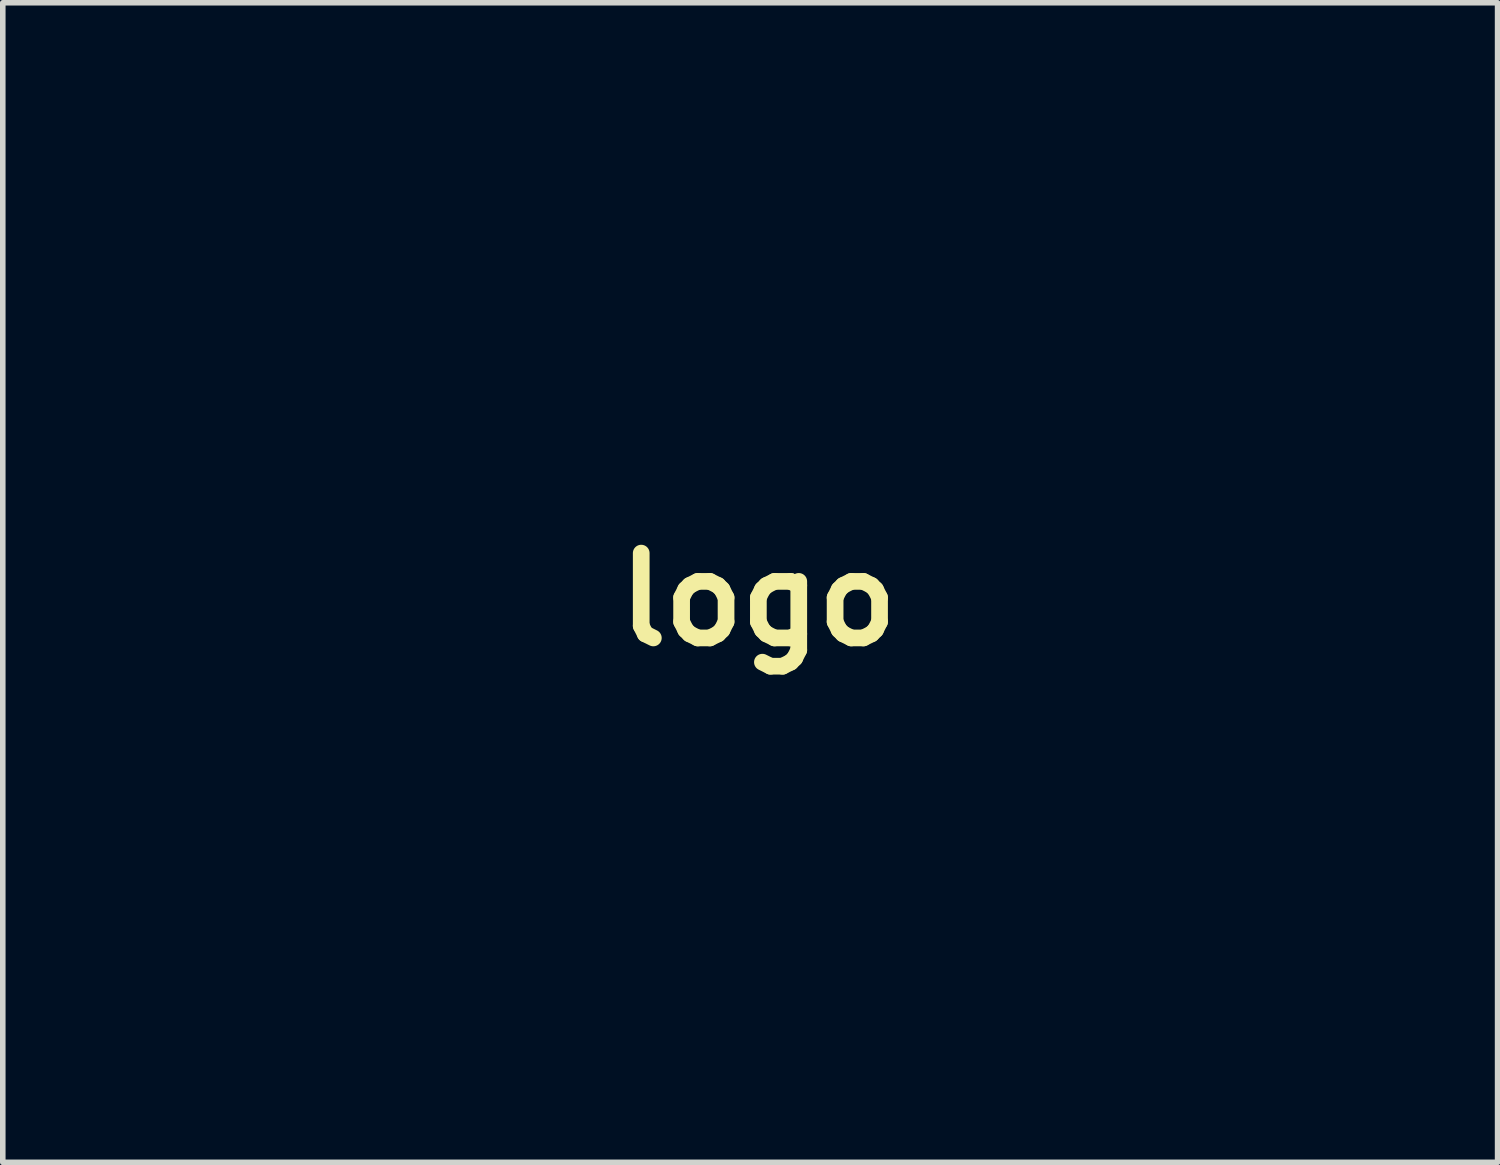
<source format=kicad_pcb>
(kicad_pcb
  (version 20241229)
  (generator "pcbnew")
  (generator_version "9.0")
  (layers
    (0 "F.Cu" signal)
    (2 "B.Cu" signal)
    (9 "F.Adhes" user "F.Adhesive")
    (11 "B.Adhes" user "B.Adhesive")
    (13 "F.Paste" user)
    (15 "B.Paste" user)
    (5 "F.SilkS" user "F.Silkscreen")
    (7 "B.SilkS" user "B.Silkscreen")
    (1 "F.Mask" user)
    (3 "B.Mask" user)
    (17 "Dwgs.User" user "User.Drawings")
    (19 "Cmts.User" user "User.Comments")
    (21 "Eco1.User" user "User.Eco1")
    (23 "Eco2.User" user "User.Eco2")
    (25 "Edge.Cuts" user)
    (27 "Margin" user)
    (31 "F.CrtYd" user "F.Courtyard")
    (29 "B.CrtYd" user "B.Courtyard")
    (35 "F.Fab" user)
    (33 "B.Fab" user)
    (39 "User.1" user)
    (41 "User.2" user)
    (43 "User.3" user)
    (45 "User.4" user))
  (footprint "logo"
    (layer "F.Cu")
    (at 10.575 7.722)
    (property "Reference" "logo" (at 0 0 0) (layer "F.SilkS") (effects (font (size 1.524 1.524) (thickness 0.3))))
    (attr through_hole)
    (fp_poly (pts (xy -2.56 -2.479) (xy -2.452 -2.446) (xy -2.393 -2.39) (xy -2.385 -2.303) (xy -2.43 -2.175) (xy -2.527 -1.999) (xy -2.634 -1.831) (xy -2.762 -1.635) (xy -2.892 -1.435) (xy -3.004 -1.259) (xy -3.063 -1.164) (xy -3.153 -1.021) (xy -3.271 -0.834) (xy -3.4 -0.631) (xy -3.493 -0.487) (xy -3.599 -0.317) (xy -3.687 -0.17) (xy -3.746 -0.062) (xy -3.767 -0.009) (xy -3.758 0.03) (xy -3.716 0.058) (xy -3.622 0.086) (xy -3.543 0.104) (xy -3.452 0.144) (xy -3.437 0.201) (xy -3.493 0.271) (xy -3.628 0.316) (xy -3.837 0.334) (xy -4.012 0.339) (xy -4.406 0.942) (xy -4.735 1.446) (xy -5.021 1.882) (xy -5.264 2.25) (xy -5.465 2.554) (xy -5.627 2.796) (xy -5.75 2.978) (xy -5.837 3.101) (xy -5.889 3.17) (xy -5.903 3.185) (xy -5.982 3.214) (xy -6.033 3.165) (xy -6.041 3.146) (xy -6.035 3.073) (xy -5.989 2.944) (xy -5.912 2.774) (xy -5.81 2.579) (xy -5.691 2.374) (xy -5.581 2.2) (xy -5.5 2.076) (xy -5.442 1.981) (xy -5.419 1.935) (xy -5.419 1.934) (xy -5.396 1.892) (xy -5.334 1.795) (xy -5.242 1.657) (xy -5.128 1.491) (xy -5.117 1.474) (xy -4.977 1.266) (xy -4.834 1.045) (xy -4.708 0.839) (xy -4.633 0.709) (xy -4.547 0.552) (xy -4.499 0.452) (xy -4.484 0.394) (xy -4.498 0.36) (xy -4.534 0.336) (xy -4.61 0.32) (xy -4.765 0.309) (xy -4.995 0.303) (xy -5.296 0.302) (xy -5.541 0.305) (xy -6.464 0.318) (xy -6.669 0.485) (xy -6.775 0.577) (xy -6.925 0.712) (xy -7.1 0.872) (xy -7.281 1.043) (xy -7.329 1.089) (xy -7.527 1.273) (xy -7.676 1.402) (xy -7.785 1.482) (xy -7.863 1.519) (xy -7.896 1.524) (xy -8.065 1.489) (xy -8.189 1.39) (xy -8.215 1.35) (xy -8.229 1.308) (xy -8.218 1.261) (xy -8.175 1.196) (xy -8.091 1.103) (xy -7.957 0.97) (xy -7.867 0.883) (xy -7.715 0.732) (xy -7.602 0.609) (xy -7.534 0.523) (xy -7.521 0.483) (xy -7.523 0.482) (xy -7.623 0.422) (xy -7.717 0.34) (xy -7.779 0.261) (xy -7.789 0.228) (xy -7.748 0.162) (xy -7.626 0.101) (xy -7.427 0.047) (xy -7.157 0.001) (xy -7.153 0.000494) (xy -7.023 -0.018) (xy -6.916 -0.039) (xy -6.819 -0.07) (xy -6.714 -0.117) (xy -6.702 -0.124) (xy -5.842 -0.124) (xy -5.803 -0.108) (xy -5.697 -0.09) (xy -5.543 -0.074) (xy -5.429 -0.065) (xy -5.245 -0.052) (xy -5.089 -0.039) (xy -4.983 -0.028) (xy -4.953 -0.024) (xy -4.882 -0.016) (xy -4.752 -0.01) (xy -4.589 -0.005) (xy -4.559 -0.005) (xy -4.391 -0.004) (xy -4.283 -0.013) (xy -4.211 -0.038) (xy -4.151 -0.086) (xy -4.109 -0.131) (xy -4.038 -0.224) (xy -3.945 -0.371) (xy -3.842 -0.547) (xy -3.775 -0.671) (xy -3.66 -0.888) (xy -3.532 -1.122) (xy -3.414 -1.336) (xy -3.368 -1.417) (xy -3.283 -1.568) (xy -3.217 -1.692) (xy -3.18 -1.769) (xy -3.175 -1.784) (xy -3.209 -1.784) (xy -3.301 -1.744) (xy -3.439 -1.673) (xy -3.611 -1.576) (xy -3.803 -1.461) (xy -3.831 -1.443) (xy -4.008 -1.335) (xy -4.209 -1.214) (xy -4.36 -1.124) (xy -4.508 -1.035) (xy -4.688 -0.921) (xy -4.888 -0.792) (xy -5.096 -0.654) (xy -5.3 -0.517) (xy -5.488 -0.389) (xy -5.648 -0.277) (xy -5.766 -0.19) (xy -5.833 -0.136) (xy -5.842 -0.124) (xy -6.702 -0.124) (xy -6.588 -0.189) (xy -6.424 -0.291) (xy -6.208 -0.431) (xy -6.16 -0.462) (xy -5.808 -0.688) (xy -5.439 -0.916) (xy -5.066 -1.142) (xy -4.698 -1.358) (xy -4.345 -1.56) (xy -4.02 -1.739) (xy -3.731 -1.892) (xy -3.491 -2.011) (xy -3.309 -2.09) (xy -3.29 -2.097) (xy -3.14 -2.17) (xy -2.979 -2.275) (xy -2.898 -2.339) (xy -2.783 -2.434) (xy -2.699 -2.479) (xy -2.619 -2.488) (xy -2.56 -2.479)) (stroke (width 0.01) (type solid)) (fill yes) (layer "F.Mask"))
    (fp_poly (pts (xy 8.137 0.42) (xy 8.161 0.428) (xy 8.296 0.501) (xy 8.404 0.599) (xy 8.462 0.699) (xy 8.467 0.728) (xy 8.442 0.848) (xy 8.367 0.998) (xy 8.236 1.183) (xy 8.047 1.409) (xy 7.797 1.679) (xy 7.67 1.809) (xy 7.426 2.059) (xy 7.195 2.299) (xy 6.985 2.522) (xy 6.801 2.719) (xy 6.652 2.884) (xy 6.545 3.008) (xy 6.486 3.083) (xy 6.477 3.102) (xy 6.486 3.111) (xy 6.519 3.108) (xy 6.586 3.09) (xy 6.696 3.054) (xy 6.858 2.996) (xy 7.081 2.914) (xy 7.345 2.815) (xy 7.691 2.687) (xy 8.057 2.554) (xy 8.417 2.425) (xy 8.748 2.309) (xy 9.025 2.214) (xy 9.038 2.21) (xy 9.161 2.17) (xy 9.339 2.116) (xy 9.543 2.055) (xy 9.747 1.996) (xy 9.924 1.946) (xy 9.932 1.943) (xy 10.073 1.923) (xy 10.184 1.937) (xy 10.256 1.976) (xy 10.276 2.03) (xy 10.234 2.088) (xy 10.135 2.135) (xy 10.04 2.168) (xy 9.892 2.222) (xy 9.718 2.286) (xy 9.652 2.311) (xy 9.45 2.382) (xy 9.238 2.445) (xy 9.056 2.49) (xy 9.024 2.496) (xy 8.773 2.556) (xy 8.47 2.651) (xy 8.135 2.773) (xy 7.789 2.915) (xy 7.452 3.069) (xy 7.368 3.11) (xy 6.892 3.349) (xy 6.924 3.506) (xy 6.935 3.606) (xy 6.943 3.769) (xy 6.947 3.975) (xy 6.947 4.204) (xy 6.946 4.255) (xy 6.949 4.638) (xy 6.976 4.991) (xy 7.03 5.33) (xy 7.116 5.677) (xy 7.237 6.047) (xy 7.399 6.462) (xy 7.489 6.676) (xy 7.551 6.829) (xy 7.598 6.958) (xy 7.619 7.039) (xy 7.62 7.046) (xy 7.596 7.106) (xy 7.533 7.106) (xy 7.447 7.053) (xy 7.352 6.954) (xy 7.336 6.932) (xy 7.167 6.658) (xy 7.001 6.321) (xy 6.846 5.941) (xy 6.711 5.54) (xy 6.604 5.139) (xy 6.584 5.045) (xy 6.553 4.846) (xy 6.532 4.59) (xy 6.52 4.307) (xy 6.519 4.191) (xy 6.516 3.978) (xy 6.508 3.802) (xy 6.495 3.678) (xy 6.48 3.621) (xy 6.478 3.62) (xy 6.437 3.615) (xy 6.367 3.637) (xy 6.258 3.691) (xy 6.103 3.781) (xy 5.894 3.912) (xy 5.687 4.045) (xy 5.512 4.164) (xy 5.343 4.288) (xy 5.172 4.428) (xy 4.987 4.591) (xy 4.781 4.787) (xy 4.544 5.022) (xy 4.267 5.307) (xy 4.048 5.535) (xy 3.879 5.705) (xy 3.749 5.821) (xy 3.662 5.881) (xy 3.622 5.882) (xy 3.631 5.823) (xy 3.657 5.768) (xy 3.704 5.691) (xy 3.792 5.563) (xy 3.907 5.402) (xy 4.038 5.223) (xy 4.06 5.194) (xy 4.208 4.992) (xy 4.308 4.842) (xy 4.369 4.73) (xy 4.398 4.644) (xy 4.403 4.592) (xy 4.408 4.528) (xy 4.432 4.468) (xy 4.485 4.4) (xy 4.578 4.311) (xy 4.722 4.19) (xy 4.815 4.114) (xy 4.985 3.967) (xy 5.2 3.768) (xy 5.449 3.527) (xy 5.72 3.257) (xy 6.003 2.968) (xy 6.287 2.672) (xy 6.561 2.379) (xy 6.814 2.101) (xy 7.035 1.85) (xy 7.079 1.799) (xy 7.312 1.516) (xy 7.484 1.289) (xy 7.597 1.115) (xy 7.653 0.992) (xy 7.652 0.918) (xy 7.595 0.889) (xy 7.583 0.889) (xy 7.495 0.906) (xy 7.347 0.951) (xy 7.158 1.019) (xy 6.945 1.102) (xy 6.725 1.193) (xy 6.517 1.285) (xy 6.337 1.371) (xy 6.265 1.409) (xy 5.651 1.765) (xy 5.081 2.136) (xy 4.539 2.529) (xy 4.386 2.639) (xy 4.274 2.693) (xy 4.183 2.697) (xy 4.093 2.654) (xy 4.049 2.622) (xy 3.968 2.544) (xy 3.942 2.47) (xy 3.976 2.392) (xy 4.074 2.298) (xy 4.243 2.179) (xy 4.286 2.151) (xy 4.476 2.028) (xy 4.676 1.896) (xy 4.85 1.78) (xy 4.895 1.75) (xy 5.186 1.564) (xy 5.509 1.379) (xy 5.853 1.198) (xy 6.207 1.027) (xy 6.562 0.868) (xy 6.908 0.727) (xy 7.234 0.606) (xy 7.53 0.512) (xy 7.786 0.446) (xy 7.992 0.414) (xy 8.137 0.42)) (stroke (width 0.01) (type solid)) (fill yes) (layer "F.Mask"))
    (fp_poly (pts (xy -0.357 -1.549) (xy -0.328 -1.544) (xy -0.224 -1.518) (xy -0.16 -1.496) (xy -0.159 -1.495) (xy -0.127 -1.445) (xy -0.153 -1.359) (xy -0.239 -1.234) (xy -0.389 -1.062) (xy -0.413 -1.037) (xy -0.55 -0.889) (xy -0.723 -0.7) (xy -0.91 -0.492) (xy -1.092 -0.288) (xy -1.122 -0.255) (xy -1.382 0.04) (xy -1.6 0.284) (xy -1.787 0.492) (xy -1.955 0.677) (xy -2.118 0.853) (xy -2.288 1.033) (xy -2.369 1.119) (xy -2.501 1.264) (xy -2.604 1.385) (xy -2.668 1.472) (xy -2.682 1.512) (xy -2.681 1.512) (xy -2.643 1.51) (xy -2.57 1.484) (xy -2.454 1.433) (xy -2.288 1.353) (xy -2.065 1.241) (xy -1.777 1.093) (xy -1.639 1.021) (xy -1.445 0.922) (xy -1.301 0.859) (xy -1.185 0.823) (xy -1.074 0.807) (xy -0.971 0.804) (xy -0.792 0.815) (xy -0.654 0.854) (xy -0.547 0.912) (xy -0.461 0.973) (xy -0.414 1.032) (xy -0.408 1.102) (xy -0.447 1.195) (xy -0.535 1.325) (xy -0.674 1.504) (xy -0.706 1.545) (xy -0.977 1.884) (xy -0.829 1.897) (xy -0.713 1.891) (xy -0.552 1.864) (xy -0.389 1.823) (xy -0.232 1.779) (xy -0.098 1.748) (xy -0.016 1.736) (xy -0.014 1.736) (xy 0.063 1.707) (xy 0.163 1.633) (xy 0.212 1.587) (xy 0.31 1.5) (xy 0.397 1.447) (xy 0.426 1.439) (xy 0.522 1.475) (xy 0.575 1.562) (xy 0.573 1.646) (xy 0.563 1.699) (xy 0.595 1.71) (xy 0.686 1.686) (xy 0.835 1.669) (xy 0.97 1.7) (xy 1.064 1.771) (xy 1.089 1.821) (xy 1.113 1.879) (xy 1.157 1.898) (xy 1.235 1.876) (xy 1.364 1.81) (xy 1.413 1.783) (xy 1.612 1.685) (xy 1.804 1.617) (xy 1.97 1.583) (xy 2.093 1.587) (xy 2.135 1.607) (xy 2.191 1.687) (xy 2.201 1.737) (xy 2.174 1.79) (xy 2.098 1.895) (xy 1.983 2.041) (xy 1.836 2.216) (xy 1.667 2.41) (xy 1.647 2.433) (xy 1.478 2.624) (xy 1.332 2.794) (xy 1.217 2.932) (xy 1.141 3.028) (xy 1.113 3.074) (xy 1.114 3.075) (xy 1.159 3.068) (xy 1.266 3.032) (xy 1.421 2.974) (xy 1.609 2.898) (xy 1.657 2.878) (xy 1.865 2.793) (xy 2.058 2.72) (xy 2.216 2.665) (xy 2.319 2.636) (xy 2.327 2.634) (xy 2.475 2.61) (xy 2.408 2.713) (xy 2.352 2.762) (xy 2.233 2.838) (xy 2.069 2.935) (xy 1.873 3.045) (xy 1.661 3.158) (xy 1.447 3.268) (xy 1.248 3.367) (xy 1.077 3.446) (xy 0.951 3.497) (xy 0.887 3.514) (xy 0.805 3.484) (xy 0.751 3.44) (xy 0.688 3.338) (xy 0.67 3.208) (xy 0.672 3.159) (xy 0.702 3.098) (xy 0.78 2.993) (xy 0.893 2.859) (xy 1.007 2.736) (xy 1.179 2.553) (xy 1.337 2.376) (xy 1.474 2.218) (xy 1.577 2.089) (xy 1.639 2.001) (xy 1.651 1.971) (xy 1.617 1.972) (xy 1.525 2.011) (xy 1.388 2.079) (xy 1.218 2.172) (xy 1.031 2.28) (xy 0.838 2.396) (xy 0.733 2.463) (xy 0.556 2.575) (xy 0.433 2.645) (xy 0.351 2.678) (xy 0.293 2.682) (xy 0.256 2.668) (xy 0.185 2.588) (xy 0.175 2.468) (xy 0.227 2.328) (xy 0.257 2.282) (xy 0.305 2.195) (xy 0.297 2.158) (xy 0.245 2.172) (xy 0.16 2.235) (xy 0.103 2.29) (xy -0.008 2.397) (xy -0.121 2.492) (xy -0.138 2.504) (xy -0.261 2.565) (xy -0.354 2.558) (xy -0.41 2.501) (xy -0.423 2.406) (xy -0.386 2.289) (xy -0.294 2.164) (xy -0.286 2.156) (xy -0.211 2.077) (xy -0.202 2.047) (xy -0.233 2.054) (xy -0.517 2.151) (xy -0.761 2.211) (xy -0.954 2.232) (xy -1.034 2.226) (xy -1.164 2.181) (xy -1.279 2.106) (xy -1.359 2.02) (xy -1.384 1.939) (xy -1.38 1.924) (xy -1.34 1.826) (xy -1.329 1.8) (xy -1.335 1.774) (xy -1.393 1.781) (xy -1.513 1.824) (xy -1.561 1.843) (xy -1.809 1.922) (xy -2.025 1.946) (xy -2.197 1.917) (xy -2.292 1.856) (xy -2.368 1.797) (xy -2.433 1.799) (xy -2.463 1.815) (xy -2.554 1.852) (xy -2.685 1.883) (xy -2.724 1.889) (xy -2.844 1.899) (xy -2.923 1.875) (xy -3 1.802) (xy -3.025 1.772) (xy -3.096 1.695) (xy -3.163 1.652) (xy -3.253 1.634) (xy -3.396 1.63) (xy -3.422 1.63) (xy -3.575 1.627) (xy -3.666 1.613) (xy -3.72 1.58) (xy -3.727 1.57) (xy -1.862 1.57) (xy -1.808 1.562) (xy -1.684 1.514) (xy -1.488 1.428) (xy -1.292 1.336) (xy -1.056 1.22) (xy -0.898 1.131) (xy -0.818 1.068) (xy -0.815 1.03) (xy -0.887 1.017) (xy -0.9 1.017) (xy -1.036 1.045) (xy -1.22 1.123) (xy -1.434 1.243) (xy -1.611 1.36) (xy -1.762 1.469) (xy -1.846 1.539) (xy -1.862 1.57) (xy -3.727 1.57) (xy -3.762 1.52) (xy -3.762 1.519) (xy -3.796 1.414) (xy -3.784 1.339) (xy -3.417 1.339) (xy -3.386 1.351) (xy -3.317 1.336) (xy -3.212 1.297) (xy -3.073 1.231) (xy -2.985 1.182) (xy -2.787 1.044) (xy -2.662 0.895) (xy -2.601 0.746) (xy -2.594 0.658) (xy -2.627 0.635) (xy -2.697 0.663) (xy -2.81 0.737) (xy -2.947 0.842) (xy -3.091 0.964) (xy -3.226 1.089) (xy -3.333 1.201) (xy -3.394 1.284) (xy -3.417 1.339) (xy -3.784 1.339) (xy -3.778 1.297) (xy -3.703 1.156) (xy -3.567 0.981) (xy -3.456 0.858) (xy -3.216 0.625) (xy -2.999 0.469) (xy -2.799 0.386) (xy -2.61 0.374) (xy -2.423 0.431) (xy -2.395 0.445) (xy -2.202 0.548) (xy -1.471 -0.282) (xy -1.201 -0.59) (xy -0.982 -0.842) (xy -0.809 -1.043) (xy -0.678 -1.199) (xy -0.584 -1.317) (xy -0.521 -1.403) (xy -0.484 -1.464) (xy -0.468 -1.505) (xy -0.467 -1.517) (xy -0.441 -1.552) (xy -0.357 -1.549)) (stroke (width 0.01) (type solid)) (fill yes) (layer "F.Mask"))
    (fp_poly (pts (xy -10.355 -7.69) (xy -10.14 -7.633) (xy -9.847 -7.545) (xy -9.709 -7.501) (xy -9.462 -7.422) (xy -9.153 -7.324) (xy -8.799 -7.211) (xy -8.42 -7.09) (xy -8.033 -6.967) (xy -7.656 -6.847) (xy -7.556 -6.816) (xy -7.197 -6.701) (xy -6.832 -6.585) (xy -6.477 -6.472) (xy -6.148 -6.367) (xy -5.861 -6.275) (xy -5.633 -6.202) (xy -5.567 -6.18) (xy -5.432 -6.137) (xy -5.225 -6.071) (xy -4.953 -5.984) (xy -4.625 -5.879) (xy -4.25 -5.76) (xy -3.835 -5.628) (xy -3.389 -5.486) (xy -2.92 -5.337) (xy -2.437 -5.183) (xy -1.947 -5.027) (xy -1.458 -4.872) (xy -0.98 -4.72) (xy -0.52 -4.573) (xy -0.086 -4.436) (xy 0.313 -4.309) (xy 0.669 -4.196) (xy 0.973 -4.1) (xy 1.058 -4.073) (xy 1.275 -4) (xy 1.446 -3.935) (xy 1.557 -3.882) (xy 1.598 -3.847) (xy 1.572 -3.791) (xy 1.494 -3.713) (xy 1.432 -3.664) (xy 1.34 -3.592) (xy 1.293 -3.542) (xy 1.294 -3.527) (xy 1.347 -3.511) (xy 1.465 -3.473) (xy 1.632 -3.421) (xy 1.835 -3.357) (xy 1.925 -3.329) (xy 2.135 -3.26) (xy 2.314 -3.196) (xy 2.448 -3.143) (xy 2.521 -3.107) (xy 2.531 -3.098) (xy 2.508 -3.049) (xy 2.433 -2.975) (xy 2.371 -2.926) (xy 2.271 -2.848) (xy 2.208 -2.786) (xy 2.196 -2.766) (xy 2.234 -2.742) (xy 2.339 -2.698) (xy 2.496 -2.641) (xy 2.693 -2.574) (xy 2.801 -2.539) (xy 3.07 -2.45) (xy 3.259 -2.379) (xy 3.37 -2.325) (xy 3.408 -2.286) (xy 3.408 -2.285) (xy 3.407 -2.256) (xy 3.401 -2.233) (xy 3.384 -2.218) (xy 3.351 -2.211) (xy 3.295 -2.214) (xy 3.211 -2.229) (xy 3.093 -2.258) (xy 2.936 -2.301) (xy 2.734 -2.361) (xy 2.482 -2.438) (xy 2.173 -2.535) (xy 1.802 -2.653) (xy 1.363 -2.793) (xy 0.851 -2.957) (xy 0.699 -3.006) (xy 0.117 -3.192) (xy 0.82 -3.192) (xy 0.821 -3.187) (xy 0.867 -3.166) (xy 0.976 -3.126) (xy 1.127 -3.073) (xy 1.302 -3.014) (xy 1.481 -2.955) (xy 1.645 -2.902) (xy 1.776 -2.863) (xy 1.853 -2.842) (xy 1.863 -2.841) (xy 1.935 -2.863) (xy 2.033 -2.924) (xy 2.053 -2.939) (xy 2.13 -3.01) (xy 2.14 -3.049) (xy 2.117 -3.064) (xy 2.053 -3.084) (xy 1.927 -3.125) (xy 1.757 -3.179) (xy 1.56 -3.241) (xy 1.068 -3.396) (xy 0.937 -3.299) (xy 0.857 -3.234) (xy 0.82 -3.192) (xy 0.117 -3.192) (xy -0.125 -3.269) (xy -1.01 -3.552) (xy -1.963 -3.855) (xy -2.987 -4.181) (xy -4.085 -4.529) (xy -4.287 -4.593) (xy -4.554 -4.678) (xy -4.869 -4.778) (xy -5.216 -4.889) (xy -5.579 -5.004) (xy -5.942 -5.12) (xy -6.075 -5.163) (xy -6.579 -5.324) (xy -7.009 -5.461) (xy -7.37 -5.576) (xy -7.668 -5.67) (xy -7.911 -5.746) (xy -8.102 -5.806) (xy -8.25 -5.85) (xy -8.359 -5.882) (xy -8.435 -5.903) (xy -8.485 -5.914) (xy -8.516 -5.918) (xy -8.532 -5.916) (xy -8.538 -5.912) (xy -8.542 -5.866) (xy -8.544 -5.743) (xy -8.544 -5.552) (xy -8.542 -5.303) (xy -8.538 -5.001) (xy -8.532 -4.658) (xy -8.524 -4.28) (xy -8.515 -3.885) (xy -8.487 -2.699) (xy -8.46 -1.579) (xy -8.436 -0.525) (xy -8.414 0.461) (xy -8.395 1.378) (xy -8.378 2.224) (xy -8.363 2.999) (xy -8.351 3.701) (xy -8.341 4.328) (xy -8.333 4.881) (xy -8.328 5.356) (xy -8.325 5.753) (xy -8.325 6.071) (xy -8.327 6.309) (xy -8.332 6.465) (xy -8.339 6.537) (xy -8.341 6.542) (xy -8.414 6.6) (xy -8.477 6.579) (xy -8.481 6.576) (xy -8.491 6.526) (xy -8.499 6.406) (xy -8.505 6.233) (xy -8.508 6.021) (xy -8.509 5.898) (xy -8.51 5.675) (xy -8.514 5.485) (xy -8.52 5.342) (xy -8.527 5.262) (xy -8.532 5.249) (xy -8.573 5.273) (xy -8.666 5.338) (xy -8.797 5.434) (xy -8.92 5.525) (xy -9.073 5.637) (xy -9.204 5.723) (xy -9.296 5.776) (xy -9.332 5.787) (xy -9.351 5.739) (xy -9.369 5.613) (xy -9.384 5.417) (xy -9.396 5.158) (xy -9.398 5.11) (xy -9.419 4.449) (xy -9.815 4.748) (xy -10.012 4.89) (xy -10.149 4.977) (xy -10.231 5.008) (xy -10.254 5.003) (xy -10.265 4.951) (xy -10.276 4.817) (xy -10.287 4.605) (xy -10.299 4.316) (xy -10.312 3.954) (xy -10.325 3.521) (xy -10.337 3.021) (xy -10.35 2.456) (xy -10.354 2.3) (xy -10.374 1.327) (xy -10.393 0.433) (xy -10.411 -0.387) (xy -10.427 -1.138) (xy -10.442 -1.826) (xy -10.457 -2.457) (xy -10.47 -3.035) (xy -10.482 -3.565) (xy -10.494 -4.055) (xy -10.505 -4.508) (xy -10.516 -4.93) (xy -10.526 -5.326) (xy -10.536 -5.702) (xy -10.546 -6.047) (xy -10.558 -6.535) (xy -10.566 -6.938) (xy -10.57 -7.257) (xy -10.569 -7.318) (xy -10.364 -7.318) (xy -10.361 -7.161) (xy -10.352 -6.933) (xy -10.352 -6.916) (xy -10.347 -6.778) (xy -10.341 -6.564) (xy -10.333 -6.281) (xy -10.325 -5.937) (xy -10.316 -5.542) (xy -10.306 -5.102) (xy -10.296 -4.626) (xy -10.285 -4.123) (xy -10.274 -3.599) (xy -10.264 -3.069) (xy -10.253 -2.501) (xy -10.241 -1.921) (xy -10.229 -1.34) (xy -10.217 -0.768) (xy -10.205 -0.217) (xy -10.193 0.301) (xy -10.183 0.775) (xy -10.173 1.195) (xy -10.164 1.548) (xy -10.159 1.736) (xy -10.149 2.126) (xy -10.14 2.52) (xy -10.132 2.904) (xy -10.126 3.261) (xy -10.121 3.575) (xy -10.118 3.831) (xy -10.118 3.962) (xy -10.116 4.194) (xy -10.112 4.395) (xy -10.105 4.551) (xy -10.097 4.646) (xy -10.091 4.669) (xy -10.049 4.656) (xy -9.956 4.6) (xy -9.827 4.512) (xy -9.732 4.442) (xy -9.518 4.278) (xy -9.186 4.278) (xy -9.186 5.464) (xy -9.047 5.367) (xy -8.932 5.285) (xy -8.79 5.181) (xy -8.711 5.122) (xy -8.514 4.974) (xy -8.538 4.403) (xy -8.548 4.193) (xy -8.556 4.017) (xy -8.563 3.889) (xy -8.568 3.827) (xy -8.569 3.823) (xy -8.602 3.843) (xy -8.688 3.904) (xy -8.81 3.994) (xy -8.88 4.047) (xy -9.186 4.278) (xy -9.518 4.278) (xy -9.399 4.188) (xy -9.421 3.756) (xy -9.425 3.651) (xy -9.431 3.469) (xy -9.438 3.215) (xy -9.446 2.897) (xy -9.455 2.52) (xy -9.464 2.091) (xy -9.475 1.617) (xy -9.486 1.104) (xy -9.498 0.559) (xy -9.51 -0.012) (xy -9.522 -0.601) (xy -9.526 -0.804) (xy -9.538 -1.415) (xy -9.55 -2.02) (xy -9.562 -2.612) (xy -9.574 -3.183) (xy -9.586 -3.725) (xy -9.596 -4.23) (xy -9.606 -4.691) (xy -9.615 -5.1) (xy -9.623 -5.448) (xy -9.63 -5.729) (xy -9.635 -5.934) (xy -9.636 -5.958) (xy -9.644 -6.29) (xy -9.648 -6.544) (xy -9.432 -6.544) (xy -9.431 -6.342) (xy -9.428 -6.07) (xy -9.424 -5.731) (xy -9.417 -5.33) (xy -9.409 -4.873) (xy -9.399 -4.363) (xy -9.387 -3.806) (xy -9.374 -3.205) (xy -9.36 -2.565) (xy -9.344 -1.892) (xy -9.327 -1.189) (xy -9.313 -0.635) (xy -9.302 -0.182) (xy -9.291 0.325) (xy -9.279 0.862) (xy -9.267 1.401) (xy -9.256 1.916) (xy -9.247 2.381) (xy -9.245 2.505) (xy -9.216 4.058) (xy -8.883 3.805) (xy -8.716 3.672) (xy -8.612 3.572) (xy -8.561 3.497) (xy -8.551 3.453) (xy -8.552 3.39) (xy -8.555 3.252) (xy -8.56 3.049) (xy -8.566 2.79) (xy -8.573 2.485) (xy -8.582 2.144) (xy -8.591 1.776) (xy -8.594 1.666) (xy -8.6 1.402) (xy -8.608 1.081) (xy -8.617 0.709) (xy -8.626 0.295) (xy -8.636 -0.155) (xy -8.647 -0.632) (xy -8.658 -1.13) (xy -8.67 -1.641) (xy -8.681 -2.157) (xy -8.692 -2.672) (xy -8.703 -3.177) (xy -8.714 -3.665) (xy -8.724 -4.129) (xy -8.733 -4.561) (xy -8.741 -4.954) (xy -8.749 -5.301) (xy -8.754 -5.593) (xy -8.759 -5.824) (xy -8.762 -5.986) (xy -8.763 -6.072) (xy -8.763 -6.077) (xy -8.739 -6.162) (xy -8.695 -6.181) (xy -8.643 -6.168) (xy -8.518 -6.132) (xy -8.328 -6.075) (xy -8.082 -6) (xy -7.788 -5.909) (xy -7.452 -5.805) (xy -7.084 -5.689) (xy -6.691 -5.566) (xy -6.281 -5.436) (xy -5.863 -5.303) (xy -5.444 -5.17) (xy -5.032 -5.037) (xy -4.635 -4.91) (xy -4.445 -4.848) (xy -4.256 -4.787) (xy -4.003 -4.706) (xy -3.701 -4.609) (xy -3.366 -4.503) (xy -3.016 -4.391) (xy -2.665 -4.28) (xy -2.582 -4.254) (xy -2.209 -4.135) (xy -1.81 -4.008) (xy -1.406 -3.88) (xy -1.019 -3.757) (xy -0.67 -3.645) (xy -0.38 -3.552) (xy -0.373 -3.549) (xy 0.546 -3.254) (xy 0.676 -3.35) (xy 0.751 -3.418) (xy 0.777 -3.468) (xy 0.773 -3.476) (xy 0.727 -3.494) (xy 0.609 -3.536) (xy 0.426 -3.597) (xy 0.189 -3.676) (xy -0.096 -3.768) (xy -0.42 -3.873) (xy -0.774 -3.986) (xy -1.016 -4.063) (xy -1.433 -4.195) (xy -1.864 -4.332) (xy -2.295 -4.469) (xy -2.71 -4.601) (xy -3.094 -4.723) (xy -3.431 -4.831) (xy -3.705 -4.918) (xy -3.747 -4.932) (xy -4.037 -5.025) (xy -4.388 -5.137) (xy -4.781 -5.262) (xy -5.196 -5.394) (xy -5.612 -5.526) (xy -6.01 -5.653) (xy -6.138 -5.694) (xy -6.523 -5.816) (xy -6.929 -5.945) (xy -7.337 -6.075) (xy -7.729 -6.2) (xy -8.085 -6.314) (xy -8.387 -6.411) (xy -8.481 -6.441) (xy -8.745 -6.525) (xy -8.982 -6.597) (xy -9.18 -6.656) (xy -9.327 -6.696) (xy -9.411 -6.716) (xy -9.427 -6.716) (xy -9.431 -6.67) (xy -9.432 -6.544) (xy -9.648 -6.544) (xy -9.648 -6.545) (xy -9.648 -6.733) (xy -9.644 -6.862) (xy -9.635 -6.941) (xy -9.621 -6.979) (xy -9.609 -6.985) (xy -9.599 -6.985) (xy -9.584 -6.983) (xy -9.561 -6.978) (xy -9.525 -6.968) (xy -9.471 -6.953) (xy -9.397 -6.931) (xy -9.296 -6.9) (xy -9.166 -6.86) (xy -9.001 -6.808) (xy -8.797 -6.744) (xy -8.551 -6.666) (xy -8.257 -6.573) (xy -7.912 -6.463) (xy -7.511 -6.335) (xy -7.05 -6.188) (xy -6.524 -6.021) (xy -5.929 -5.831) (xy -5.262 -5.619) (xy -4.699 -5.439) (xy -3.897 -5.184) (xy -3.173 -4.953) (xy -2.521 -4.745) (xy -1.939 -4.56) (xy -1.423 -4.396) (xy -0.968 -4.251) (xy -0.572 -4.126) (xy -0.23 -4.018) (xy 0.061 -3.926) (xy 0.305 -3.85) (xy 0.506 -3.787) (xy 0.668 -3.738) (xy 0.793 -3.7) (xy 0.887 -3.672) (xy 0.952 -3.654) (xy 0.993 -3.644) (xy 1.013 -3.641) (xy 1.013 -3.641) (xy 1.082 -3.665) (xy 1.169 -3.722) (xy 1.272 -3.803) (xy 1.133 -3.846) (xy 1.061 -3.869) (xy 0.919 -3.914) (xy 0.716 -3.979) (xy 0.464 -4.059) (xy 0.173 -4.152) (xy -0.148 -4.254) (xy -0.423 -4.342) (xy -0.785 -4.457) (xy -1.148 -4.573) (xy -1.497 -4.684) (xy -1.818 -4.786) (xy -2.097 -4.874) (xy -2.318 -4.944) (xy -2.413 -4.974) (xy -2.598 -5.033) (xy -2.848 -5.112) (xy -3.148 -5.207) (xy -3.483 -5.314) (xy -3.837 -5.426) (xy -4.195 -5.54) (xy -4.339 -5.587) (xy -4.934 -5.776) (xy -5.456 -5.943) (xy -5.913 -6.089) (xy -6.315 -6.216) (xy -6.668 -6.329) (xy -6.981 -6.429) (xy -7.262 -6.518) (xy -7.519 -6.6) (xy -7.76 -6.677) (xy -7.994 -6.751) (xy -8.228 -6.826) (xy -8.471 -6.903) (xy -8.73 -6.985) (xy -8.89 -7.036) (xy -9.213 -7.139) (xy -9.513 -7.234) (xy -9.778 -7.318) (xy -10 -7.388) (xy -10.168 -7.441) (xy -10.272 -7.473) (xy -10.3 -7.482) (xy -10.33 -7.486) (xy -10.35 -7.468) (xy -10.361 -7.416) (xy -10.364 -7.318) (xy -10.569 -7.318) (xy -10.568 -7.492) (xy -10.562 -7.643) (xy -10.551 -7.71) (xy -10.549 -7.713) (xy -10.491 -7.717) (xy -10.355 -7.69)) (stroke (width 0.01) (type solid)) (fill yes) (layer "F.Mask")))
  (gr_rect
    (start -3 -3)
    (end 23.856 17.833)
    (stroke (width 0.1) (type default))
    (fill no)
    (layer "Edge.Cuts")))
</source>
